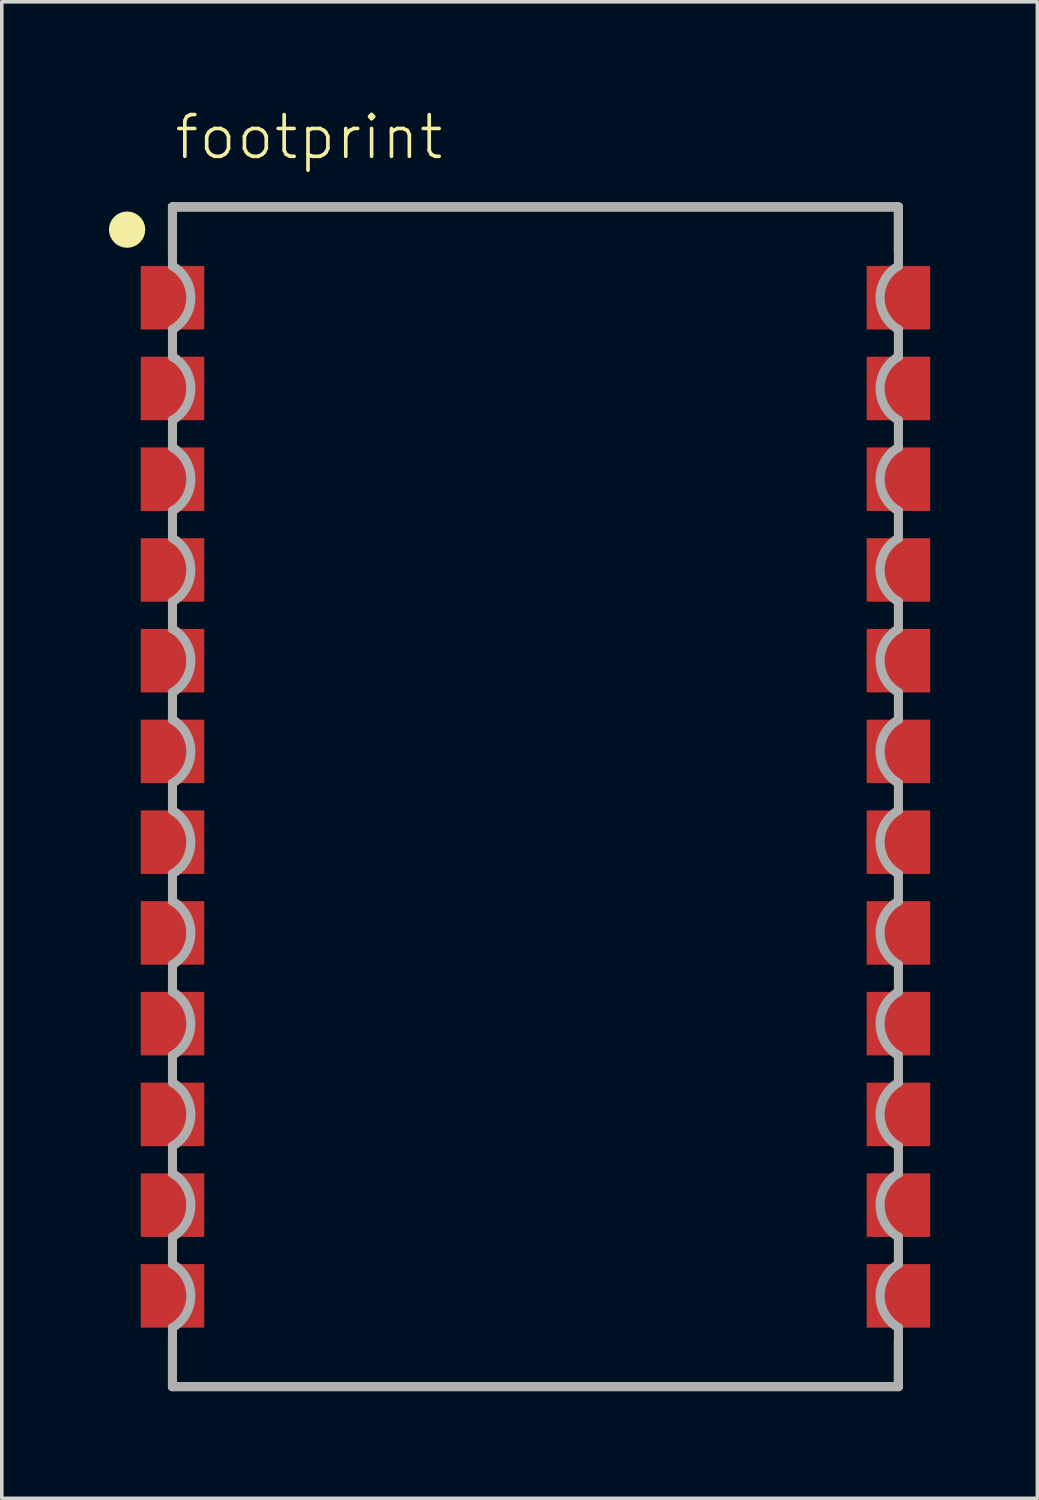
<source format=kicad_pcb>
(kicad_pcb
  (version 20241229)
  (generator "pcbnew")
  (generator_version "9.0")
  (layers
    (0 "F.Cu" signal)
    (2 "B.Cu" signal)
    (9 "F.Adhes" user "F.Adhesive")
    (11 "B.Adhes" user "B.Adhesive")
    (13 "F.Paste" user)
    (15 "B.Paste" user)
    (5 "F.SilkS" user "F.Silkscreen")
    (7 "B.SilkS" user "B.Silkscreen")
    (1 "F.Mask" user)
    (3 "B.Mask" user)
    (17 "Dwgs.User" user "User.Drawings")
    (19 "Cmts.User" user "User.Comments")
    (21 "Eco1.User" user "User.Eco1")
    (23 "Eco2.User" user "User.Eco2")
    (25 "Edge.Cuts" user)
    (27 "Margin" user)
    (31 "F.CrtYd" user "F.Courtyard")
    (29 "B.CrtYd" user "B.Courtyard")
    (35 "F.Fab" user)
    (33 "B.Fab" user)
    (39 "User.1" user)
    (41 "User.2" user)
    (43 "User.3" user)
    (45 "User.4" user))
  (footprint "footprint"
    (layer "F.Cu")
    (at 11.938 19.253)
    (property "Reference" "footprint" (at -10.16 -17.78 0) (layer "F.SilkS") (effects (font (size 1.168 1.168) (thickness 0.102)) (justify left bottom)))
    (fp_line (start -10.16 -16.51) (end 10.16 -16.51) (stroke (width 0.254) (type solid)) (layer "F.SilkS"))
    (fp_line (start -10.16 -15.24) (end -10.16 -16.51) (stroke (width 0.254) (type solid)) (layer "F.SilkS"))
    (fp_line (start -10.16 16.51) (end -10.16 15.24) (stroke (width 0.254) (type solid)) (layer "F.SilkS"))
    (fp_line (start 10.16 -16.51) (end 10.16 -15.24) (stroke (width 0.254) (type solid)) (layer "F.SilkS"))
    (fp_line (start 10.16 15.24) (end 10.16 16.51) (stroke (width 0.254) (type solid)) (layer "F.SilkS"))
    (fp_line (start 10.16 16.51) (end -10.16 16.51) (stroke (width 0.254) (type solid)) (layer "F.SilkS"))
    (fp_circle (center -11.43 -15.875) (end -11.176 -15.875) (stroke (width 0.508) (type solid)) (fill no) (layer "F.SilkS"))
    (fp_line (start -10.16 -14.859) (end -10.16 -16.51) (stroke (width 0.254) (type solid)) (layer "F.Fab"))
    (fp_line (start -10.16 -12.319) (end -10.16 -13.081) (stroke (width 0.254) (type solid)) (layer "F.Fab"))
    (fp_line (start -10.16 -9.779) (end -10.16 -10.541) (stroke (width 0.254) (type solid)) (layer "F.Fab"))
    (fp_line (start -10.16 -7.239) (end -10.16 -8.001) (stroke (width 0.254) (type solid)) (layer "F.Fab"))
    (fp_line (start -10.16 -4.699) (end -10.16 -5.461) (stroke (width 0.254) (type solid)) (layer "F.Fab"))
    (fp_line (start -10.16 -2.159) (end -10.16 -2.921) (stroke (width 0.254) (type solid)) (layer "F.Fab"))
    (fp_line (start -10.16 0.381) (end -10.16 -0.381) (stroke (width 0.254) (type solid)) (layer "F.Fab"))
    (fp_line (start -10.16 2.921) (end -10.16 2.159) (stroke (width 0.254) (type solid)) (layer "F.Fab"))
    (fp_line (start -10.16 5.461) (end -10.16 4.699) (stroke (width 0.254) (type solid)) (layer "F.Fab"))
    (fp_line (start -10.16 8.001) (end -10.16 7.239) (stroke (width 0.254) (type solid)) (layer "F.Fab"))
    (fp_line (start -10.16 10.541) (end -10.16 9.779) (stroke (width 0.254) (type solid)) (layer "F.Fab"))
    (fp_line (start -10.16 13.081) (end -10.16 12.319) (stroke (width 0.254) (type solid)) (layer "F.Fab"))
    (fp_line (start -10.16 16.51) (end -10.16 14.859) (stroke (width 0.254) (type solid)) (layer "F.Fab"))
    (fp_line (start 10.16 -16.51) (end -10.16 -16.51) (stroke (width 0.254) (type solid)) (layer "F.Fab"))
    (fp_line (start 10.16 -16.51) (end 10.16 -14.859) (stroke (width 0.254) (type solid)) (layer "F.Fab"))
    (fp_line (start 10.16 -13.081) (end 10.16 -12.319) (stroke (width 0.254) (type solid)) (layer "F.Fab"))
    (fp_line (start 10.16 -10.541) (end 10.16 -9.779) (stroke (width 0.254) (type solid)) (layer "F.Fab"))
    (fp_line (start 10.16 -8.001) (end 10.16 -7.239) (stroke (width 0.254) (type solid)) (layer "F.Fab"))
    (fp_line (start 10.16 -5.461) (end 10.16 -4.699) (stroke (width 0.254) (type solid)) (layer "F.Fab"))
    (fp_line (start 10.16 -2.921) (end 10.16 -2.159) (stroke (width 0.254) (type solid)) (layer "F.Fab"))
    (fp_line (start 10.16 -0.381) (end 10.16 0.381) (stroke (width 0.254) (type solid)) (layer "F.Fab"))
    (fp_line (start 10.16 2.159) (end 10.16 2.921) (stroke (width 0.254) (type solid)) (layer "F.Fab"))
    (fp_line (start 10.16 4.699) (end 10.16 5.461) (stroke (width 0.254) (type solid)) (layer "F.Fab"))
    (fp_line (start 10.16 7.239) (end 10.16 8.001) (stroke (width 0.254) (type solid)) (layer "F.Fab"))
    (fp_line (start 10.16 9.779) (end 10.16 10.541) (stroke (width 0.254) (type solid)) (layer "F.Fab"))
    (fp_line (start 10.16 12.319) (end 10.16 13.081) (stroke (width 0.254) (type solid)) (layer "F.Fab"))
    (fp_line (start 10.16 14.859) (end 10.16 16.51) (stroke (width 0.254) (type solid)) (layer "F.Fab"))
    (fp_line (start 10.16 16.51) (end -10.16 16.51) (stroke (width 0.254) (type solid)) (layer "F.Fab"))
    (fp_arc (start -10.16 -14.859) (mid -9.646735 -13.97) (end -10.159999 -13.081) (stroke (width 0.254) (type solid)) (layer "F.Fab"))
    (fp_arc (start -10.16 -12.319) (mid -9.646735 -11.43) (end -10.159999 -10.541) (stroke (width 0.254) (type solid)) (layer "F.Fab"))
    (fp_arc (start -10.16 -9.779) (mid -9.646735 -8.89) (end -10.159999 -8.001) (stroke (width 0.254) (type solid)) (layer "F.Fab"))
    (fp_arc (start -10.16 -7.239) (mid -9.646735 -6.35) (end -10.159999 -5.461) (stroke (width 0.254) (type solid)) (layer "F.Fab"))
    (fp_arc (start -10.16 -4.699) (mid -9.646735 -3.81) (end -10.159999 -2.921) (stroke (width 0.254) (type solid)) (layer "F.Fab"))
    (fp_arc (start -10.16 -2.159) (mid -9.646735 -1.27) (end -10.159999 -0.381) (stroke (width 0.254) (type solid)) (layer "F.Fab"))
    (fp_arc (start -10.16 0.381) (mid -9.646735 1.27) (end -10.159999 2.159) (stroke (width 0.254) (type solid)) (layer "F.Fab"))
    (fp_arc (start -10.16 2.921) (mid -9.646735 3.81) (end -10.159999 4.699) (stroke (width 0.254) (type solid)) (layer "F.Fab"))
    (fp_arc (start -10.16 5.461) (mid -9.646735 6.35) (end -10.159999 7.239) (stroke (width 0.254) (type solid)) (layer "F.Fab"))
    (fp_arc (start -10.16 8.001) (mid -9.646735 8.89) (end -10.159999 9.779) (stroke (width 0.254) (type solid)) (layer "F.Fab"))
    (fp_arc (start -10.16 10.541) (mid -9.646735 11.43) (end -10.159999 12.319) (stroke (width 0.254) (type solid)) (layer "F.Fab"))
    (fp_arc (start -10.16 13.081) (mid -9.646735 13.97) (end -10.159999 14.859) (stroke (width 0.254) (type solid)) (layer "F.Fab"))
    (fp_arc (start 10.16 -13.081) (mid 9.646735 -13.97) (end 10.159999 -14.859) (stroke (width 0.254) (type solid)) (layer "F.Fab"))
    (fp_arc (start 10.16 -10.541) (mid 9.646735 -11.43) (end 10.159999 -12.319) (stroke (width 0.254) (type solid)) (layer "F.Fab"))
    (fp_arc (start 10.16 -8.001) (mid 9.646735 -8.89) (end 10.159999 -9.779) (stroke (width 0.254) (type solid)) (layer "F.Fab"))
    (fp_arc (start 10.16 -5.461) (mid 9.646735 -6.35) (end 10.159999 -7.239) (stroke (width 0.254) (type solid)) (layer "F.Fab"))
    (fp_arc (start 10.16 -2.921) (mid 9.646735 -3.81) (end 10.159999 -4.699) (stroke (width 0.254) (type solid)) (layer "F.Fab"))
    (fp_arc (start 10.16 -0.381) (mid 9.646735 -1.27) (end 10.159999 -2.159) (stroke (width 0.254) (type solid)) (layer "F.Fab"))
    (fp_arc (start 10.16 2.159) (mid 9.646735 1.27) (end 10.159999 0.381) (stroke (width 0.254) (type solid)) (layer "F.Fab"))
    (fp_arc (start 10.16 4.699) (mid 9.646735 3.81) (end 10.159999 2.921) (stroke (width 0.254) (type solid)) (layer "F.Fab"))
    (fp_arc (start 10.16 7.239) (mid 9.646735 6.35) (end 10.159999 5.461) (stroke (width 0.254) (type solid)) (layer "F.Fab"))
    (fp_arc (start 10.16 9.779) (mid 9.646735 8.89) (end 10.159999 8.001) (stroke (width 0.254) (type solid)) (layer "F.Fab"))
    (fp_arc (start 10.16 12.319) (mid 9.646735 11.43) (end 10.159999 10.541) (stroke (width 0.254) (type solid)) (layer "F.Fab"))
    (fp_arc (start 10.16 14.859) (mid 9.646735 13.97) (end 10.159999 13.081) (stroke (width 0.254) (type solid)) (layer "F.Fab"))
    (pad "1" smd rect (at -10.16 -13.97) (size 1.778 1.778) (layers "F.Cu" "F.Mask" "F.Paste"))
    (pad "2" smd rect (at -10.16 -11.43) (size 1.778 1.778) (layers "F.Cu" "F.Mask" "F.Paste"))
    (pad "3" smd rect (at -10.16 -8.89) (size 1.778 1.778) (layers "F.Cu" "F.Mask" "F.Paste"))
    (pad "4" smd rect (at -10.16 -6.35) (size 1.778 1.778) (layers "F.Cu" "F.Mask" "F.Paste"))
    (pad "5" smd rect (at -10.16 -3.81) (size 1.778 1.778) (layers "F.Cu" "F.Mask" "F.Paste"))
    (pad "6" smd rect (at -10.16 -1.27) (size 1.778 1.778) (layers "F.Cu" "F.Mask" "F.Paste"))
    (pad "7" smd rect (at -10.16 1.27) (size 1.778 1.778) (layers "F.Cu" "F.Mask" "F.Paste"))
    (pad "8" smd rect (at -10.16 3.81) (size 1.778 1.778) (layers "F.Cu" "F.Mask" "F.Paste"))
    (pad "9" smd rect (at -10.16 6.35) (size 1.778 1.778) (layers "F.Cu" "F.Mask" "F.Paste"))
    (pad "10" smd rect (at -10.16 8.89) (size 1.778 1.778) (layers "F.Cu" "F.Mask" "F.Paste"))
    (pad "11" smd rect (at -10.16 11.43) (size 1.778 1.778) (layers "F.Cu" "F.Mask" "F.Paste"))
    (pad "12" smd rect (at -10.16 13.97) (size 1.778 1.778) (layers "F.Cu" "F.Mask" "F.Paste"))
    (pad "13" smd rect (at 10.16 13.97 180) (size 1.778 1.778) (layers "F.Cu" "F.Mask" "F.Paste"))
    (pad "14" smd rect (at 10.16 11.43 180) (size 1.778 1.778) (layers "F.Cu" "F.Mask" "F.Paste"))
    (pad "15" smd rect (at 10.16 8.89 180) (size 1.778 1.778) (layers "F.Cu" "F.Mask" "F.Paste"))
    (pad "16" smd rect (at 10.16 6.35 180) (size 1.778 1.778) (layers "F.Cu" "F.Mask" "F.Paste"))
    (pad "17" smd rect (at 10.16 3.81 180) (size 1.778 1.778) (layers "F.Cu" "F.Mask" "F.Paste"))
    (pad "18" smd rect (at 10.16 1.27 180) (size 1.778 1.778) (layers "F.Cu" "F.Mask" "F.Paste"))
    (pad "19" smd rect (at 10.16 -1.27 180) (size 1.778 1.778) (layers "F.Cu" "F.Mask" "F.Paste"))
    (pad "20" smd rect (at 10.16 -3.81 180) (size 1.778 1.778) (layers "F.Cu" "F.Mask" "F.Paste"))
    (pad "21" smd rect (at 10.16 -6.35 180) (size 1.778 1.778) (layers "F.Cu" "F.Mask" "F.Paste"))
    (pad "22" smd rect (at 10.16 -8.89 180) (size 1.778 1.778) (layers "F.Cu" "F.Mask" "F.Paste"))
    (pad "23" smd rect (at 10.16 -11.43 180) (size 1.778 1.778) (layers "F.Cu" "F.Mask" "F.Paste"))
    (pad "24" smd rect (at 10.16 -13.97 180) (size 1.778 1.778) (layers "F.Cu" "F.Mask" "F.Paste")))
  (gr_rect
    (start -3 -3)
    (end 25.987 38.89)
    (stroke (width 0.1) (type default))
    (fill no)
    (layer "Edge.Cuts")))
</source>
